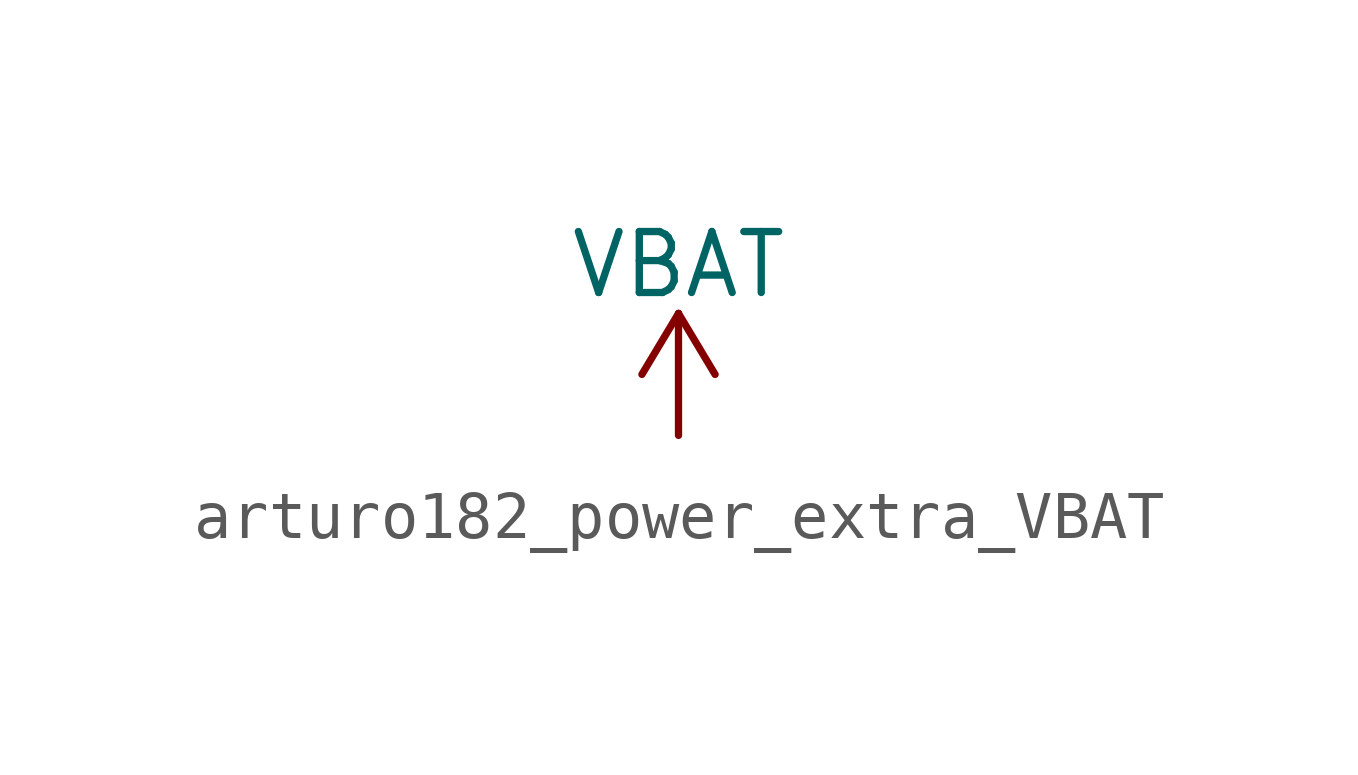
<source format=kicad_sym>
(kicad_symbol_lib
  (version 20220914)
  (generator kicad_symbol_editor)
  (symbol "power_extra:arturo182_power_extra_VBAT"
    (power)
    (pin_names
      (offset 0))
    (property "Reference" "#PWR"
      (at 0 -3.81 0)
      (effects (font (size 1.27 1.27)) hide))
    (property "Value" "VBAT"
      (at 0 3.556 0)
      (effects (font (size 1.27 1.27))))
    (symbol "arturo182_power_extra_VBAT_0_1"
      (polyline (pts (xy -0.762 1.27) (xy 0 2.54)) (stroke (width 0)) (fill (type none)))
      (polyline (pts (xy 0 0) (xy 0 2.54)) (stroke (width 0)) (fill (type none)))
      (polyline (pts (xy 0 2.54) (xy 0.762 1.27)) (stroke (width 0)) (fill (type none))))
    (symbol "arturo182_power_extra_VBAT_1_1"
      (pin power_in line (at 0 0 90) (length 0) hide (name "VBAT" (effects (font (size 1.27 1.27)))) (number "1" (effects (font (size 1.27 1.27))))))))
</source>
